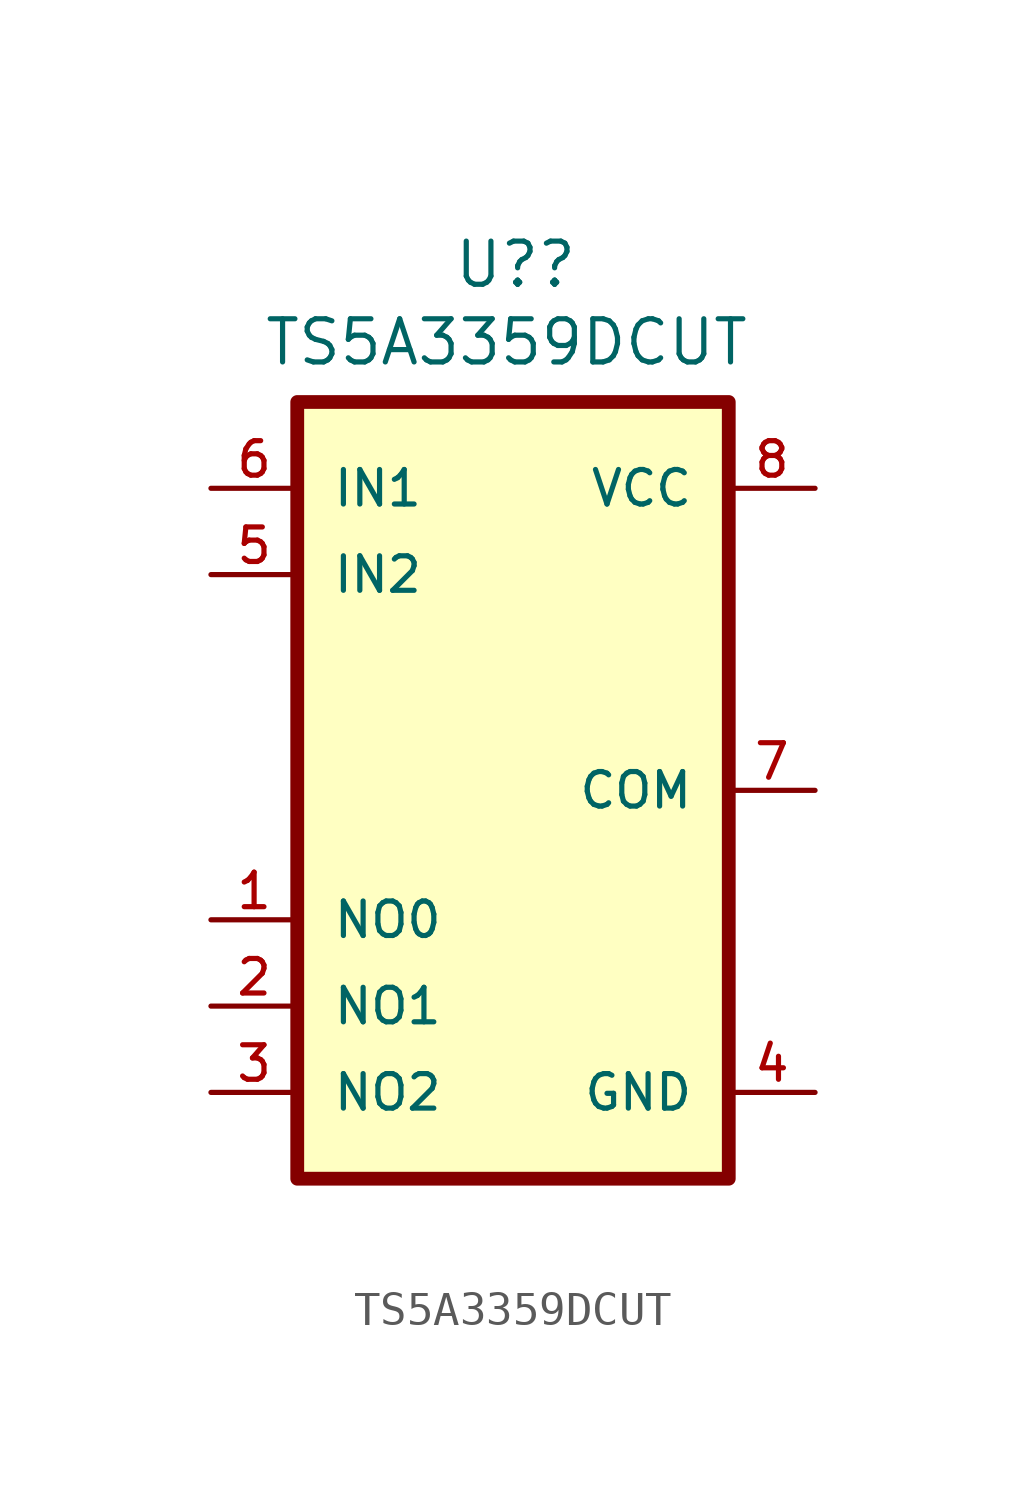
<source format=kicad_sym>
(kicad_symbol_lib
  (version 20211014)
  (generator kicad_symbol_editor)
  (symbol "TS5A3359DCUT"
    (pin_names
      (offset 1.016))
    (property "Reference" "U?"
      (at -8.128 16.002 0)
      (effects (font (size 1.27 1.27)) (justify left bottom)))
    (property "Value" "TS5A3359DCUT"
      (at -13.716 13.716 0)
      (effects (font (size 1.27 1.27)) (justify left bottom)))
    (property "ki_locked" ""
      (at 0 0 0)
      (effects (font (size 1.27 1.27))))
    (symbol "TS5A3359DCUT_0_0"
      (rectangle (start -12.7 -10.16) (end 0 12.7) (stroke (width 0.406) (type default) (color 0 0 0 0)) (fill (type background)))
      (pin bidirectional line (at -15.24 -2.54 0) (length 2.54) (name "NO0" (effects (font (size 1.016 1.016)))) (number "1" (effects (font (size 1.016 1.016)))))
      (pin bidirectional line (at -15.24 -5.08 0) (length 2.54) (name "NO1" (effects (font (size 1.016 1.016)))) (number "2" (effects (font (size 1.016 1.016)))))
      (pin bidirectional line (at -15.24 -7.62 0) (length 2.54) (name "NO2" (effects (font (size 1.016 1.016)))) (number "3" (effects (font (size 1.016 1.016)))))
      (pin power_in line (at 2.54 -7.62 180) (length 2.54) (name "GND" (effects (font (size 1.016 1.016)))) (number "4" (effects (font (size 1.016 1.016)))))
      (pin input line (at -15.24 7.62 0) (length 2.54) (name "IN2" (effects (font (size 1.016 1.016)))) (number "5" (effects (font (size 1.016 1.016)))))
      (pin input line (at -15.24 10.16 0) (length 2.54) (name "IN1" (effects (font (size 1.016 1.016)))) (number "6" (effects (font (size 1.016 1.016)))))
      (pin bidirectional line (at 2.54 1.27 180) (length 2.54) (name "COM" (effects (font (size 1.016 1.016)))) (number "7" (effects (font (size 1.016 1.016)))))
      (pin power_in line (at 2.54 10.16 180) (length 2.54) (name "VCC" (effects (font (size 1.016 1.016)))) (number "8" (effects (font (size 1.016 1.016))))))))
</source>
